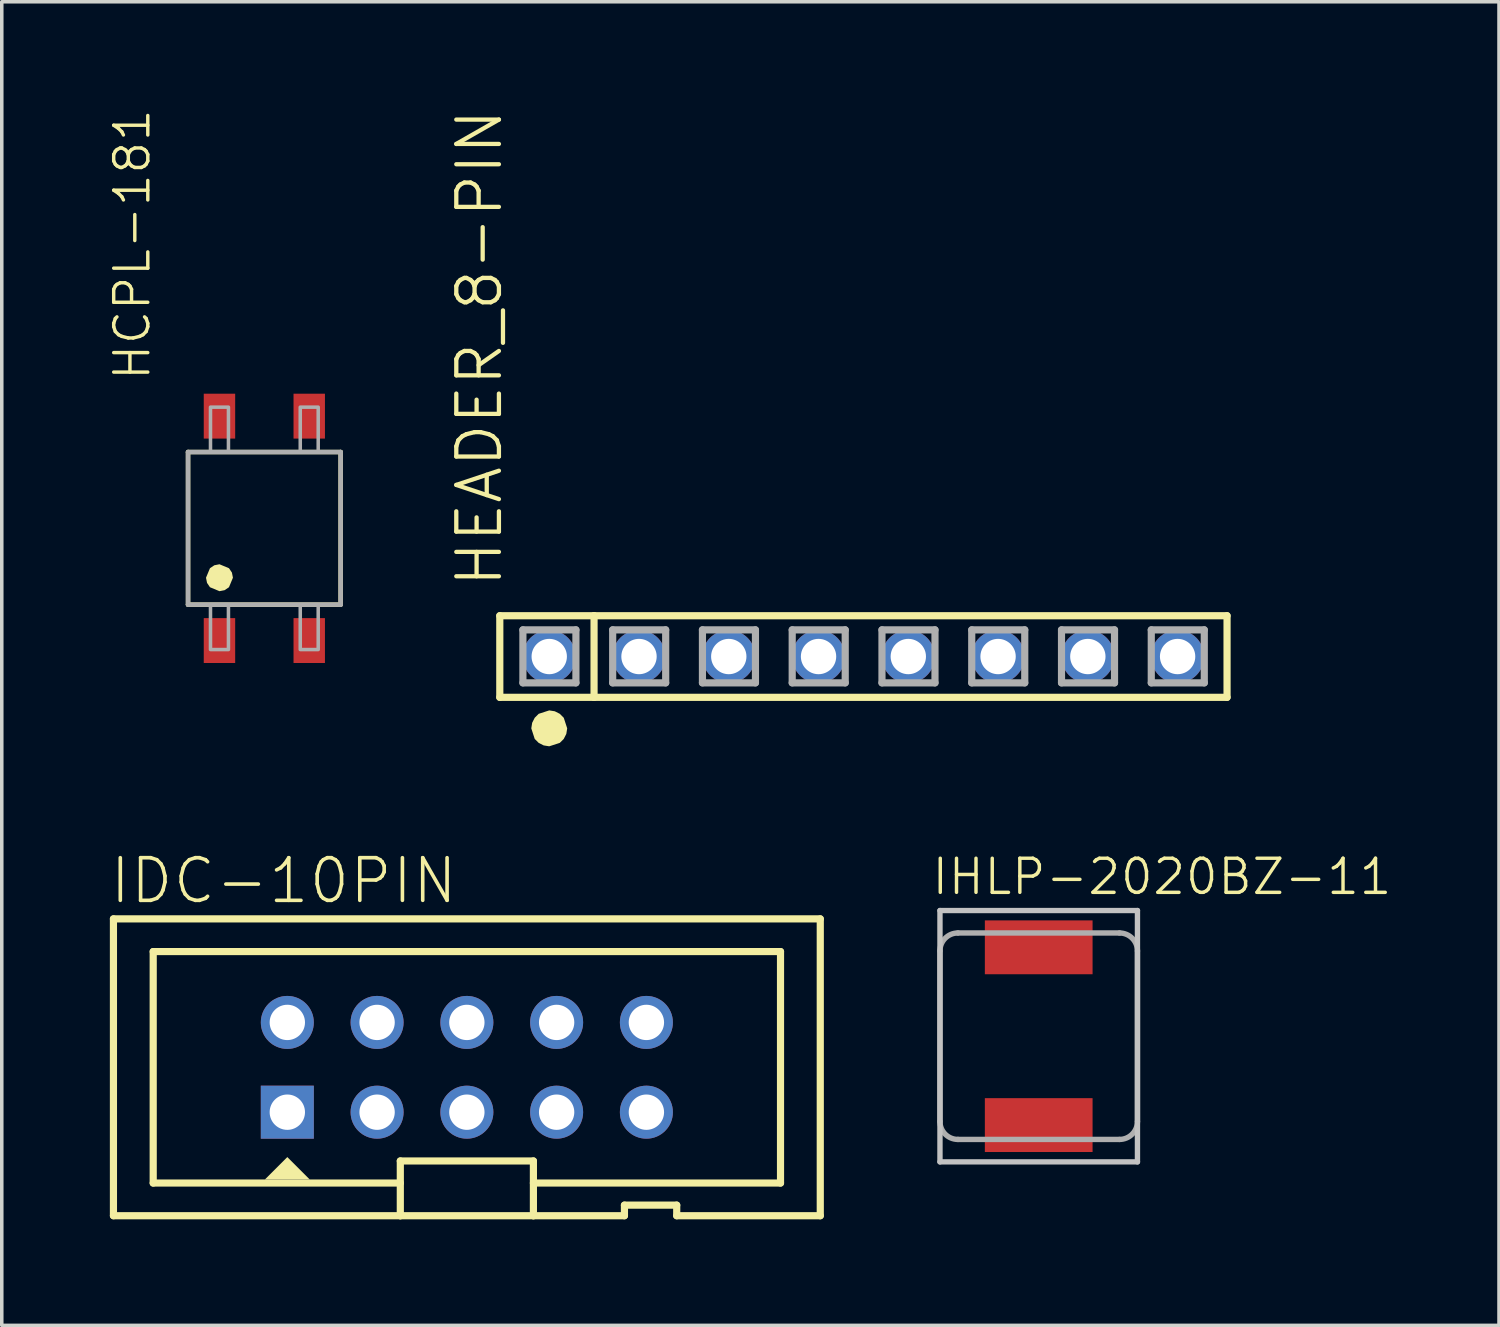
<source format=kicad_pcb>
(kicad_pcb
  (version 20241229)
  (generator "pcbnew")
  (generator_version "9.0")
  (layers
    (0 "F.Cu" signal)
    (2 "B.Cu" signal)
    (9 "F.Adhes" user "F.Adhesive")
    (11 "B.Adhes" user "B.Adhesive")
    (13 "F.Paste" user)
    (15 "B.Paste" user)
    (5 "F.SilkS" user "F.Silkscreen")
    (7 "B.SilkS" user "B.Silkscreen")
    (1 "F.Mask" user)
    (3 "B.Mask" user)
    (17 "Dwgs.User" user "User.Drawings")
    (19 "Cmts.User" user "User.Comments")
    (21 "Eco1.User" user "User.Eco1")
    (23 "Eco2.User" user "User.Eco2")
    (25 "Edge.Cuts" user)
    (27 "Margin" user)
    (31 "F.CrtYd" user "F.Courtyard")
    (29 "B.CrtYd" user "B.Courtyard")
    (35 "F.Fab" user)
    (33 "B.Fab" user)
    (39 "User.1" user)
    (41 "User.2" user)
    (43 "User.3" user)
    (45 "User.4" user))
  (footprint "HEADER_8-PIN"
    (layer "F.Cu")
    (at 21.381 15.527)
    (property "Reference" "HEADER_8-PIN" (at -10.16 -1.905 270) (layer "F.SilkS") (effects (font (size 1.206 1.206) (thickness 0.121)) (justify left bottom)))
    (attr through_hole)
    (fp_line (start -10.289 -1.155) (end -7.622 -1.155) (stroke (width 0.203) (type solid)) (layer "F.SilkS"))
    (fp_line (start -10.289 1.155) (end -10.289 -1.155) (stroke (width 0.203) (type solid)) (layer "F.SilkS"))
    (fp_line (start -7.622 -1.155) (end 10.289 -1.155) (stroke (width 0.203) (type solid)) (layer "F.SilkS"))
    (fp_line (start -7.622 1.155) (end -10.289 1.155) (stroke (width 0.203) (type solid)) (layer "F.SilkS"))
    (fp_line (start -7.622 1.155) (end -7.622 -1.155) (stroke (width 0.203) (type solid)) (layer "F.SilkS"))
    (fp_line (start 10.289 -1.155) (end 10.289 1.155) (stroke (width 0.203) (type solid)) (layer "F.SilkS"))
    (fp_line (start 10.289 1.155) (end -7.622 1.155) (stroke (width 0.203) (type solid)) (layer "F.SilkS"))
    (fp_poly (pts (xy -8.89 1.524) (xy -8.733 1.549) (xy -8.591 1.621) (xy -8.479 1.733) (xy -8.382 2.032) (xy -8.407 2.189) (xy -8.479 2.331) (xy -8.591 2.443) (xy -8.89 2.54) (xy -9.047 2.515) (xy -9.189 2.443) (xy -9.301 2.331) (xy -9.398 2.032) (xy -9.373 1.875) (xy -9.301 1.733) (xy -9.189 1.621)) (stroke (width 0) (type solid)) (fill yes) (layer "F.SilkS"))
    (fp_line (start -9.635 -0.755) (end -8.135 -0.755) (stroke (width 0.203) (type solid)) (layer "F.Fab"))
    (fp_line (start -9.635 0.745) (end -9.635 -0.755) (stroke (width 0.203) (type solid)) (layer "F.Fab"))
    (fp_line (start -8.135 -0.755) (end -8.135 0.745) (stroke (width 0.203) (type solid)) (layer "F.Fab"))
    (fp_line (start -8.135 0.745) (end -9.635 0.745) (stroke (width 0.203) (type solid)) (layer "F.Fab"))
    (fp_line (start -7.095 -0.755) (end -5.595 -0.755) (stroke (width 0.203) (type solid)) (layer "F.Fab"))
    (fp_line (start -7.095 0.745) (end -7.095 -0.755) (stroke (width 0.203) (type solid)) (layer "F.Fab"))
    (fp_line (start -5.595 -0.755) (end -5.595 0.745) (stroke (width 0.203) (type solid)) (layer "F.Fab"))
    (fp_line (start -5.595 0.745) (end -7.095 0.745) (stroke (width 0.203) (type solid)) (layer "F.Fab"))
    (fp_line (start -4.555 -0.755) (end -3.055 -0.755) (stroke (width 0.203) (type solid)) (layer "F.Fab"))
    (fp_line (start -4.555 0.745) (end -4.555 -0.755) (stroke (width 0.203) (type solid)) (layer "F.Fab"))
    (fp_line (start -3.055 -0.755) (end -3.055 0.745) (stroke (width 0.203) (type solid)) (layer "F.Fab"))
    (fp_line (start -3.055 0.745) (end -4.555 0.745) (stroke (width 0.203) (type solid)) (layer "F.Fab"))
    (fp_line (start -2.015 -0.755) (end -0.515 -0.755) (stroke (width 0.203) (type solid)) (layer "F.Fab"))
    (fp_line (start -2.015 0.745) (end -2.015 -0.755) (stroke (width 0.203) (type solid)) (layer "F.Fab"))
    (fp_line (start -0.515 -0.755) (end -0.515 0.745) (stroke (width 0.203) (type solid)) (layer "F.Fab"))
    (fp_line (start -0.515 0.745) (end -2.015 0.745) (stroke (width 0.203) (type solid)) (layer "F.Fab"))
    (fp_line (start 0.525 -0.755) (end 2.025 -0.755) (stroke (width 0.203) (type solid)) (layer "F.Fab"))
    (fp_line (start 0.525 0.745) (end 0.525 -0.755) (stroke (width 0.203) (type solid)) (layer "F.Fab"))
    (fp_line (start 2.025 -0.755) (end 2.025 0.745) (stroke (width 0.203) (type solid)) (layer "F.Fab"))
    (fp_line (start 2.025 0.745) (end 0.525 0.745) (stroke (width 0.203) (type solid)) (layer "F.Fab"))
    (fp_line (start 3.065 -0.755) (end 4.565 -0.755) (stroke (width 0.203) (type solid)) (layer "F.Fab"))
    (fp_line (start 3.065 0.745) (end 3.065 -0.755) (stroke (width 0.203) (type solid)) (layer "F.Fab"))
    (fp_line (start 4.565 -0.755) (end 4.565 0.745) (stroke (width 0.203) (type solid)) (layer "F.Fab"))
    (fp_line (start 4.565 0.745) (end 3.065 0.745) (stroke (width 0.203) (type solid)) (layer "F.Fab"))
    (fp_line (start 5.605 -0.755) (end 7.105 -0.755) (stroke (width 0.203) (type solid)) (layer "F.Fab"))
    (fp_line (start 5.605 0.745) (end 5.605 -0.755) (stroke (width 0.203) (type solid)) (layer "F.Fab"))
    (fp_line (start 7.105 -0.755) (end 7.105 0.745) (stroke (width 0.203) (type solid)) (layer "F.Fab"))
    (fp_line (start 7.105 0.745) (end 5.605 0.745) (stroke (width 0.203) (type solid)) (layer "F.Fab"))
    (fp_line (start 8.145 -0.755) (end 9.645 -0.755) (stroke (width 0.203) (type solid)) (layer "F.Fab"))
    (fp_line (start 8.145 0.745) (end 8.145 -0.755) (stroke (width 0.203) (type solid)) (layer "F.Fab"))
    (fp_line (start 9.645 -0.755) (end 9.645 0.745) (stroke (width 0.203) (type solid)) (layer "F.Fab"))
    (fp_line (start 9.645 0.745) (end 8.145 0.745) (stroke (width 0.203) (type solid)) (layer "F.Fab"))
    (pad "1" thru_hole circle (at -8.89 0) (size 1.5 1.5) (drill 1) (layers "*.Cu" "*.Mask"))
    (pad "2" thru_hole circle (at -6.35 0) (size 1.5 1.5) (drill 1) (layers "*.Cu" "*.Mask"))
    (pad "3" thru_hole circle (at -3.81 0) (size 1.5 1.5) (drill 1) (layers "*.Cu" "*.Mask"))
    (pad "4" thru_hole circle (at -1.27 0) (size 1.5 1.5) (drill 1) (layers "*.Cu" "*.Mask"))
    (pad "5" thru_hole circle (at 1.27 0) (size 1.5 1.5) (drill 1) (layers "*.Cu" "*.Mask"))
    (pad "6" thru_hole circle (at 3.81 0) (size 1.5 1.5) (drill 1) (layers "*.Cu" "*.Mask"))
    (pad "7" thru_hole circle (at 6.35 0) (size 1.5 1.5) (drill 1) (layers "*.Cu" "*.Mask"))
    (pad "8" thru_hole circle (at 8.89 0) (size 1.5 1.5) (drill 1) (layers "*.Cu" "*.Mask")))
  (footprint "IHLP-2020BZ-11"
    (layer "F.Cu")
    (at 26.341 26.27)
    (property "Reference" "IHLP-2020BZ-11" (at -3.079 -3.948 180) (layer "F.SilkS") (effects (font (size 0.965 0.965) (thickness 0.097)) (justify left bottom)))
    (attr through_hole)
    (fp_line (start -2.794 -3.556) (end -2.794 3.556) (stroke (width 0.152) (type solid)) (layer "Dwgs.User"))
    (fp_line (start -2.794 3.556) (end 2.794 3.556) (stroke (width 0.152) (type solid)) (layer "Dwgs.User"))
    (fp_line (start 2.794 -3.556) (end -2.794 -3.556) (stroke (width 0.152) (type solid)) (layer "Dwgs.User"))
    (fp_line (start 2.794 3.556) (end 2.794 -3.556) (stroke (width 0.152) (type solid)) (layer "Dwgs.User"))
    (fp_line (start -2.794 2.413) (end -2.794 -2.413) (stroke (width 0.152) (type solid)) (layer "F.Fab"))
    (fp_line (start -2.286 -2.921) (end 2.286 -2.921) (stroke (width 0.152) (type solid)) (layer "F.Fab"))
    (fp_line (start 2.286 2.921) (end -2.286 2.921) (stroke (width 0.152) (type solid)) (layer "F.Fab"))
    (fp_line (start 2.794 -2.413) (end 2.794 2.413) (stroke (width 0.152) (type solid)) (layer "F.Fab"))
    (fp_arc (start -2.794 -2.413) (mid -2.64521 -2.77221) (end -2.286 -2.921) (stroke (width 0.1524) (type solid)) (layer "F.Fab"))
    (fp_arc (start -2.286 2.921) (mid -2.64521 2.77221) (end -2.794 2.413) (stroke (width 0.1524) (type solid)) (layer "F.Fab"))
    (fp_arc (start 2.286 -2.921) (mid 2.64521 -2.77221) (end 2.794 -2.413) (stroke (width 0.1524) (type solid)) (layer "F.Fab"))
    (fp_arc (start 2.794 2.413) (mid 2.64521 2.77221) (end 2.286 2.921) (stroke (width 0.1524) (type solid)) (layer "F.Fab"))
    (pad "1" smd rect (at 0 -2.515) (size 3.048 1.524) (layers "F.Cu" "F.Mask" "F.Paste"))
    (pad "2" smd rect (at 0 2.515) (size 3.048 1.524) (layers "F.Cu" "F.Mask" "F.Paste")))
  (footprint "HCPL-181"
    (layer "F.Cu")
    (at 4.43 11.9)
    (property "Reference" "HCPL-181" (at -3.175 -4.128 270) (layer "F.SilkS") (effects (font (size 0.965 0.965) (thickness 0.097)) (justify left bottom)))
    (attr through_hole)
    (fp_line (start -2.159 -2.159) (end 2.159 -2.159) (stroke (width 0.127) (type solid)) (layer "F.SilkS"))
    (fp_line (start -2.159 2.159) (end -2.159 -2.159) (stroke (width 0.127) (type solid)) (layer "F.SilkS"))
    (fp_line (start 2.159 -2.159) (end 2.159 2.159) (stroke (width 0.127) (type solid)) (layer "F.SilkS"))
    (fp_line (start 2.159 2.159) (end -2.159 2.159) (stroke (width 0.127) (type solid)) (layer "F.SilkS"))
    (fp_poly (pts (xy -1.651 1.397) (xy -1.622 1.543) (xy -1.539 1.666) (xy -1.27 1.778) (xy -1.124 1.749) (xy -1.001 1.666) (xy -0.889 1.397) (xy -0.918 1.251) (xy -1.001 1.128) (xy -1.27 1.016) (xy -1.416 1.045) (xy -1.539 1.128)) (stroke (width 0) (type solid)) (fill yes) (layer "F.SilkS"))
    (fp_line (start -2.159 -2.159) (end 2.159 -2.159) (stroke (width 0.127) (type solid)) (layer "F.Fab"))
    (fp_line (start -2.159 2.159) (end -2.159 -2.159) (stroke (width 0.127) (type solid)) (layer "F.Fab"))
    (fp_line (start 2.159 -2.159) (end 2.159 2.159) (stroke (width 0.127) (type solid)) (layer "F.Fab"))
    (fp_line (start 2.159 2.159) (end -2.159 2.159) (stroke (width 0.127) (type solid)) (layer "F.Fab"))
    (fp_poly (pts (xy -1.524 -2.159) (xy -1.016 -2.159) (xy -1.016 -3.429) (xy -1.524 -3.429)) (stroke (width 0.1) (type solid)) (fill no) (layer "F.Fab"))
    (fp_poly (pts (xy -1.524 3.429) (xy -1.016 3.429) (xy -1.016 2.159) (xy -1.524 2.159)) (stroke (width 0.1) (type solid)) (fill no) (layer "F.Fab"))
    (fp_poly (pts (xy 1.016 -2.159) (xy 1.524 -2.159) (xy 1.524 -3.429) (xy 1.016 -3.429)) (stroke (width 0.1) (type solid)) (fill no) (layer "F.Fab"))
    (fp_poly (pts (xy 1.016 3.429) (xy 1.524 3.429) (xy 1.524 2.159) (xy 1.016 2.159)) (stroke (width 0.1) (type solid)) (fill no) (layer "F.Fab"))
    (pad "1" smd rect (at -1.27 3.175 90) (size 1.27 0.889) (layers "F.Cu" "F.Mask" "F.Paste"))
    (pad "2" smd rect (at 1.27 3.175 90) (size 1.27 0.889) (layers "F.Cu" "F.Mask" "F.Paste"))
    (pad "3" smd rect (at 1.27 -3.175 90) (size 1.27 0.889) (layers "F.Cu" "F.Mask" "F.Paste"))
    (pad "4" smd rect (at -1.27 -3.175 90) (size 1.27 0.889) (layers "F.Cu" "F.Mask" "F.Paste")))
  (footprint "IDC-10PIN"
    (layer "F.Cu")
    (at 10.16 27.15)
    (property "Reference" "IDC-10PIN" (at -10.16 -4.572 0) (layer "F.SilkS") (effects (font (size 1.206 1.206) (thickness 0.102)) (justify left bottom)))
    (attr through_hole)
    (fp_line (start -10 -4.2) (end 10 -4.2) (stroke (width 0.203) (type solid)) (layer "F.SilkS"))
    (fp_line (start -10 4.2) (end -10 -4.2) (stroke (width 0.203) (type solid)) (layer "F.SilkS"))
    (fp_line (start -8.875 -3.275) (end 8.875 -3.275) (stroke (width 0.203) (type solid)) (layer "F.SilkS"))
    (fp_line (start -8.875 3.275) (end -8.875 -3.275) (stroke (width 0.203) (type solid)) (layer "F.SilkS"))
    (fp_line (start -1.883 2.65) (end -1.883 4.2) (stroke (width 0.203) (type solid)) (layer "F.SilkS"))
    (fp_line (start -1.883 3.275) (end -8.875 3.275) (stroke (width 0.203) (type solid)) (layer "F.SilkS"))
    (fp_line (start -1.883 4.2) (end -10 4.2) (stroke (width 0.203) (type solid)) (layer "F.SilkS"))
    (fp_line (start 1.883 2.65) (end -1.883 2.65) (stroke (width 0.203) (type solid)) (layer "F.SilkS"))
    (fp_line (start 1.883 4.2) (end -1.883 4.2) (stroke (width 0.203) (type solid)) (layer "F.SilkS"))
    (fp_line (start 1.883 4.2) (end 1.883 2.65) (stroke (width 0.203) (type solid)) (layer "F.SilkS"))
    (fp_line (start 4.459 3.9) (end 4.459 4.2) (stroke (width 0.203) (type solid)) (layer "F.SilkS"))
    (fp_line (start 4.459 4.2) (end 1.883 4.2) (stroke (width 0.203) (type solid)) (layer "F.SilkS"))
    (fp_line (start 5.938 3.9) (end 4.459 3.9) (stroke (width 0.203) (type solid)) (layer "F.SilkS"))
    (fp_line (start 5.938 4.2) (end 5.938 3.9) (stroke (width 0.203) (type solid)) (layer "F.SilkS"))
    (fp_line (start 8.875 -3.275) (end 8.875 3.275) (stroke (width 0.203) (type solid)) (layer "F.SilkS"))
    (fp_line (start 8.875 3.275) (end 1.883 3.275) (stroke (width 0.203) (type solid)) (layer "F.SilkS"))
    (fp_line (start 10 -4.2) (end 10 4.2) (stroke (width 0.203) (type solid)) (layer "F.SilkS"))
    (fp_line (start 10 4.2) (end 5.938 4.2) (stroke (width 0.203) (type solid)) (layer "F.SilkS"))
    (fp_poly (pts (xy -5.715 3.175) (xy -5.08 2.54) (xy -4.445 3.175)) (stroke (width 0) (type solid)) (fill yes) (layer "F.SilkS"))
    (pad "1" thru_hole rect (at -5.08 1.27) (size 1.5 1.5) (drill 1) (layers "*.Cu" "*.Mask"))
    (pad "2" thru_hole circle (at -5.08 -1.27) (size 1.5 1.5) (drill 1) (layers "*.Cu" "*.Mask"))
    (pad "3" thru_hole circle (at -2.54 1.27) (size 1.5 1.5) (drill 1) (layers "*.Cu" "*.Mask"))
    (pad "4" thru_hole circle (at -2.54 -1.27) (size 1.5 1.5) (drill 1) (layers "*.Cu" "*.Mask"))
    (pad "5" thru_hole circle (at 0 1.27) (size 1.5 1.5) (drill 1) (layers "*.Cu" "*.Mask"))
    (pad "6" thru_hole circle (at 0 -1.27) (size 1.5 1.5) (drill 1) (layers "*.Cu" "*.Mask"))
    (pad "7" thru_hole circle (at 2.54 1.27) (size 1.5 1.5) (drill 1) (layers "*.Cu" "*.Mask"))
    (pad "8" thru_hole circle (at 2.54 -1.27) (size 1.5 1.5) (drill 1) (layers "*.Cu" "*.Mask"))
    (pad "9" thru_hole circle (at 5.08 1.27) (size 1.5 1.5) (drill 1) (layers "*.Cu" "*.Mask"))
    (pad "10" thru_hole circle (at 5.08 -1.27) (size 1.5 1.5) (drill 1) (layers "*.Cu" "*.Mask")))
  (gr_rect
    (start -3 -3)
    (end 39.365 34.452)
    (stroke (width 0.1) (type default))
    (fill no)
    (layer "Edge.Cuts")))
</source>
